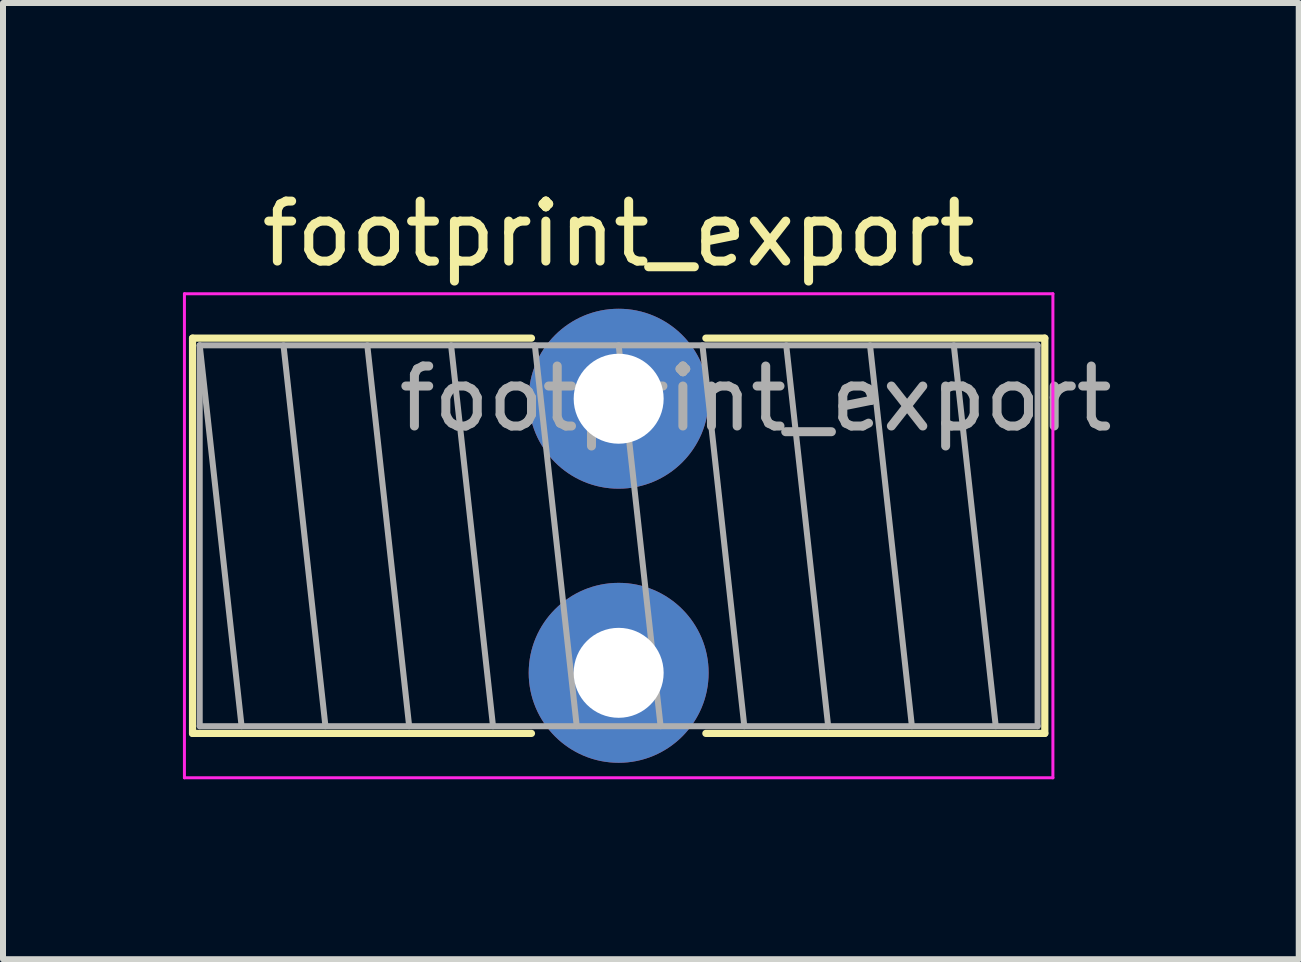
<source format=kicad_pcb>
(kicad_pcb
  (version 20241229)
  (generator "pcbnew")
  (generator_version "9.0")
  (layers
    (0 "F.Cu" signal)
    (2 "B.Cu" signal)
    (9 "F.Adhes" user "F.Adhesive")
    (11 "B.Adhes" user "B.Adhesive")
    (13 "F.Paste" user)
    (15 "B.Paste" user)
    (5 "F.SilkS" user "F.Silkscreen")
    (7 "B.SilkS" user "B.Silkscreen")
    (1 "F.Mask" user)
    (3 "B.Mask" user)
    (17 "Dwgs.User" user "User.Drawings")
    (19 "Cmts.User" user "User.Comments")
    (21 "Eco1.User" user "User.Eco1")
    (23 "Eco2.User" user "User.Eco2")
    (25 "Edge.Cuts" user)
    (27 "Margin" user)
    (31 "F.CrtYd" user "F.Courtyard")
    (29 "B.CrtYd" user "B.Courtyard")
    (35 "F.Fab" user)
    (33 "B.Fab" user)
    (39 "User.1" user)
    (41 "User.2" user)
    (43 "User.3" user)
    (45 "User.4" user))
  (footprint "footprint_export"
    (layer "F.Cu")
    (at 7.265 3.598)
    (property "Reference" "footprint_export" (at 0 -2.75 0) (layer "F.SilkS") (effects (font (size 1 1) (thickness 0.15))))
    (attr through_hole)
    (fp_line (start -7.105 -1.01) (end -7.105 5.58) (stroke (width 0.12) (type solid)) (layer "F.SilkS"))
    (fp_line (start -7.105 -1.01) (end -1.454 -1.01) (stroke (width 0.12) (type solid)) (layer "F.SilkS"))
    (fp_line (start -7.105 5.58) (end -1.454 5.58) (stroke (width 0.12) (type solid)) (layer "F.SilkS"))
    (fp_line (start 1.454 -1.01) (end 7.105 -1.01) (stroke (width 0.12) (type solid)) (layer "F.SilkS"))
    (fp_line (start 1.454 5.58) (end 7.105 5.58) (stroke (width 0.12) (type solid)) (layer "F.SilkS"))
    (fp_line (start 7.105 -1.01) (end 7.105 5.58) (stroke (width 0.12) (type solid)) (layer "F.SilkS"))
    (fp_line (start -7.24 -1.75) (end -7.24 6.32) (stroke (width 0.05) (type solid)) (layer "F.CrtYd"))
    (fp_line (start -7.24 6.32) (end 7.24 6.32) (stroke (width 0.05) (type solid)) (layer "F.CrtYd"))
    (fp_line (start 7.24 -1.75) (end -7.24 -1.75) (stroke (width 0.05) (type solid)) (layer "F.CrtYd"))
    (fp_line (start 7.24 6.32) (end 7.24 -1.75) (stroke (width 0.05) (type solid)) (layer "F.CrtYd"))
    (fp_line (start -6.985 -0.89) (end -6.985 5.46) (stroke (width 0.1) (type solid)) (layer "F.Fab"))
    (fp_line (start -6.985 -0.89) (end -6.287 5.46) (stroke (width 0.1) (type solid)) (layer "F.Fab"))
    (fp_line (start -6.985 5.46) (end 6.985 5.46) (stroke (width 0.1) (type solid)) (layer "F.Fab"))
    (fp_line (start -5.588 -0.89) (end -4.889 5.46) (stroke (width 0.1) (type solid)) (layer "F.Fab"))
    (fp_line (start -4.191 -0.89) (end -3.493 5.46) (stroke (width 0.1) (type solid)) (layer "F.Fab"))
    (fp_line (start -2.794 -0.89) (end -2.095 5.46) (stroke (width 0.1) (type solid)) (layer "F.Fab"))
    (fp_line (start -1.397 -0.89) (end -0.699 5.46) (stroke (width 0.1) (type solid)) (layer "F.Fab"))
    (fp_line (start 0 -0.89) (end 0.699 5.46) (stroke (width 0.1) (type solid)) (layer "F.Fab"))
    (fp_line (start 1.397 -0.89) (end 2.095 5.46) (stroke (width 0.1) (type solid)) (layer "F.Fab"))
    (fp_line (start 2.794 -0.89) (end 3.493 5.46) (stroke (width 0.1) (type solid)) (layer "F.Fab"))
    (fp_line (start 4.191 -0.89) (end 4.889 5.46) (stroke (width 0.1) (type solid)) (layer "F.Fab"))
    (fp_line (start 5.588 -0.89) (end 6.287 5.46) (stroke (width 0.1) (type solid)) (layer "F.Fab"))
    (fp_line (start 6.985 -0.89) (end -6.985 -0.89) (stroke (width 0.1) (type solid)) (layer "F.Fab"))
    (fp_line (start 6.985 5.46) (end 6.985 -0.89) (stroke (width 0.1) (type solid)) (layer "F.Fab"))
    (fp_text user "${REFERENCE}" (at 2.285 0 0) (layer "F.Fab") (effects (font (size 1 1) (thickness 0.15))))
    (pad "1" thru_hole circle (at 0 0) (size 3 3) (drill 1.5) (layers "*.Cu" "*.Mask"))
    (pad "2" thru_hole circle (at 0 4.57) (size 3 3) (drill 1.5) (layers "*.Cu" "*.Mask")))
  (gr_rect
    (start -3 -3)
    (end 18.604 12.943)
    (stroke (width 0.1) (type default))
    (fill no)
    (layer "Edge.Cuts")))
</source>
